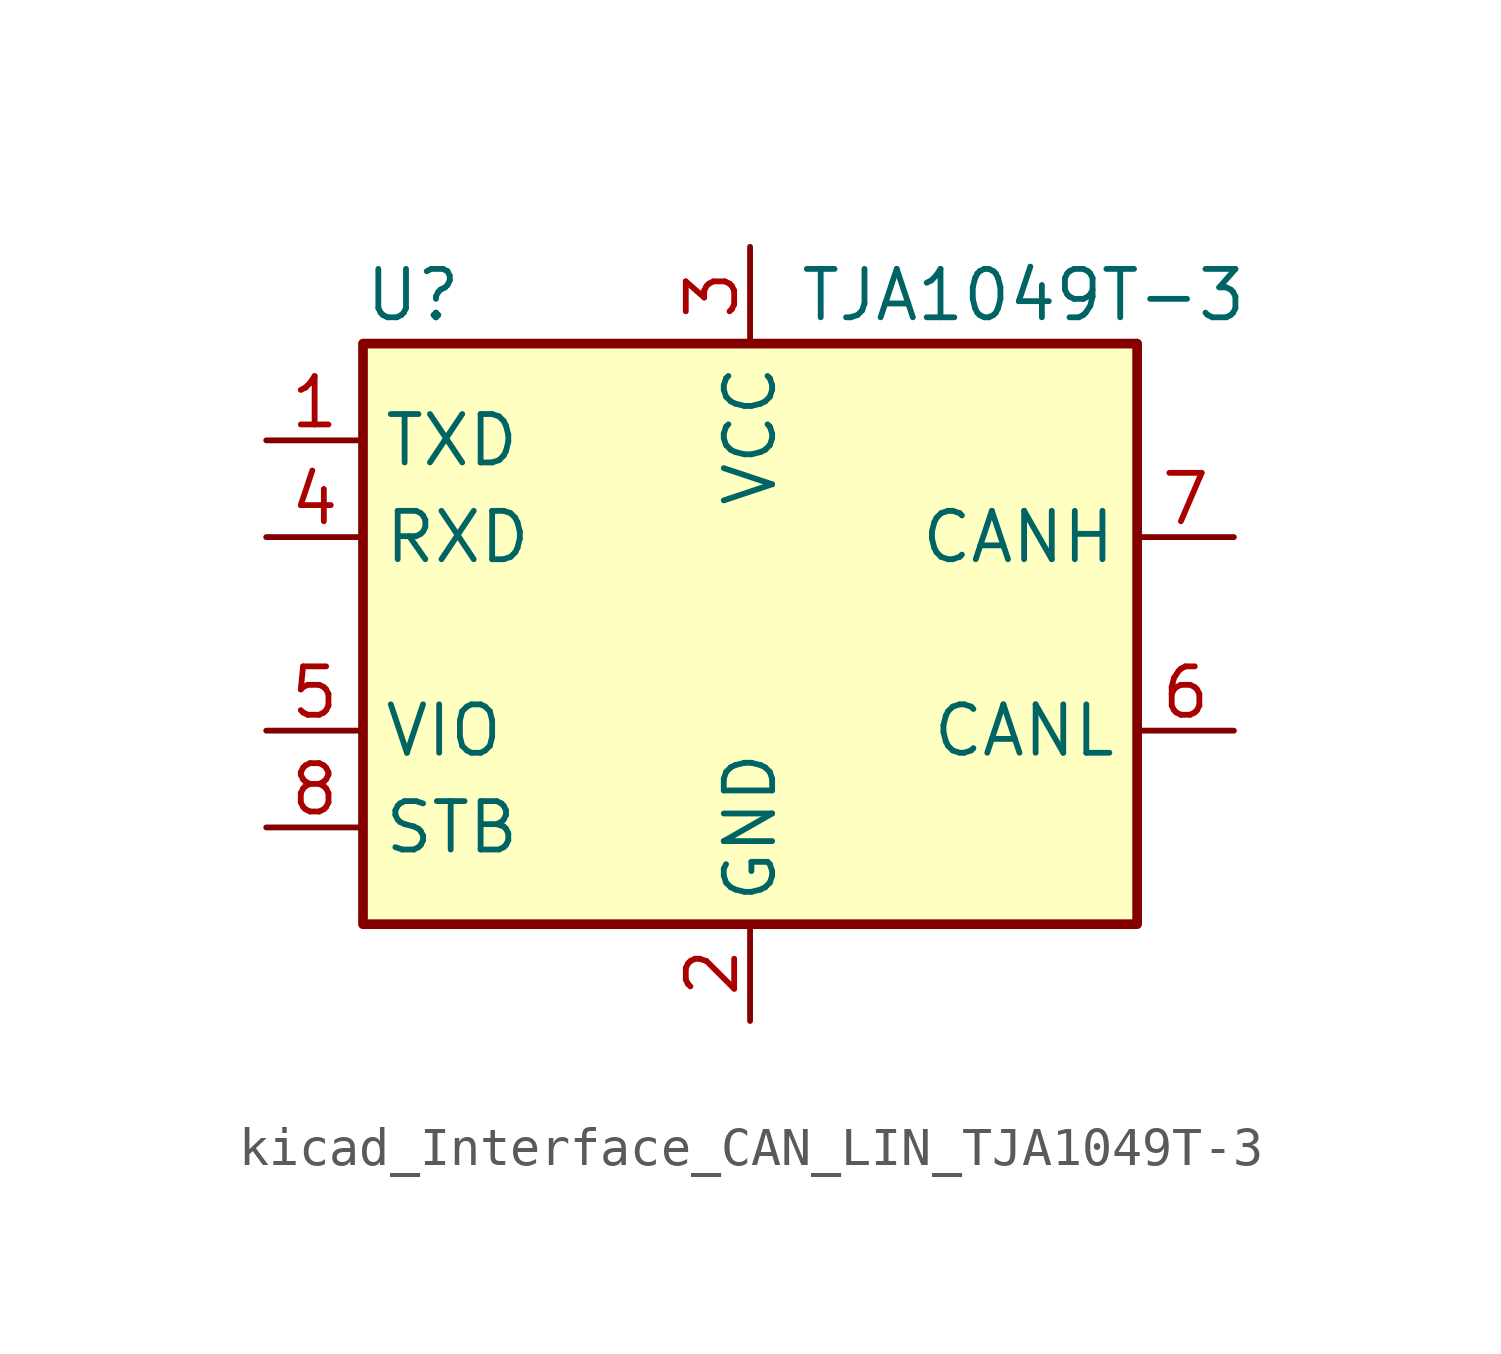
<source format=kicad_sym>
(kicad_symbol_lib
  (version 20220914)
  (generator kicad_symbol_editor)
  (symbol "kicad_Interface_CAN_LIN_TJA1049T-3"
    (property "Reference" "U"
      (at -10.16 8.89 0)
      (effects (font (size 1.27 1.27)) (justify left)))
    (property "Value" "TJA1049T-3"
      (at 1.27 8.89 0)
      (effects (font (size 1.27 1.27)) (justify left)))
    (symbol "kicad_Interface_CAN_LIN_TJA1049T-3_0_1"
      (rectangle (start -10.16 7.62) (end 10.16 -7.62) (stroke (width 0.254) (type default)) (fill (type background))))
    (symbol "kicad_Interface_CAN_LIN_TJA1049T-3_1_1"
      (pin input line (at -12.7 5.08 0) (length 2.54) (name "TXD" (effects (font (size 1.27 1.27)))) (number "1" (effects (font (size 1.27 1.27)))))
      (pin power_in line (at 0 -10.16 90) (length 2.54) (name "GND" (effects (font (size 1.27 1.27)))) (number "2" (effects (font (size 1.27 1.27)))))
      (pin power_in line (at 0 10.16 270) (length 2.54) (name "VCC" (effects (font (size 1.27 1.27)))) (number "3" (effects (font (size 1.27 1.27)))))
      (pin output line (at -12.7 2.54 0) (length 2.54) (name "RXD" (effects (font (size 1.27 1.27)))) (number "4" (effects (font (size 1.27 1.27)))))
      (pin power_in line (at -12.7 -2.54 0) (length 2.54) (name "VIO" (effects (font (size 1.27 1.27)))) (number "5" (effects (font (size 1.27 1.27)))))
      (pin bidirectional line (at 12.7 -2.54 180) (length 2.54) (name "CANL" (effects (font (size 1.27 1.27)))) (number "6" (effects (font (size 1.27 1.27)))))
      (pin bidirectional line (at 12.7 2.54 180) (length 2.54) (name "CANH" (effects (font (size 1.27 1.27)))) (number "7" (effects (font (size 1.27 1.27)))))
      (pin input line (at -12.7 -5.08 0) (length 2.54) (name "STB" (effects (font (size 1.27 1.27)))) (number "8" (effects (font (size 1.27 1.27))))))))
</source>
